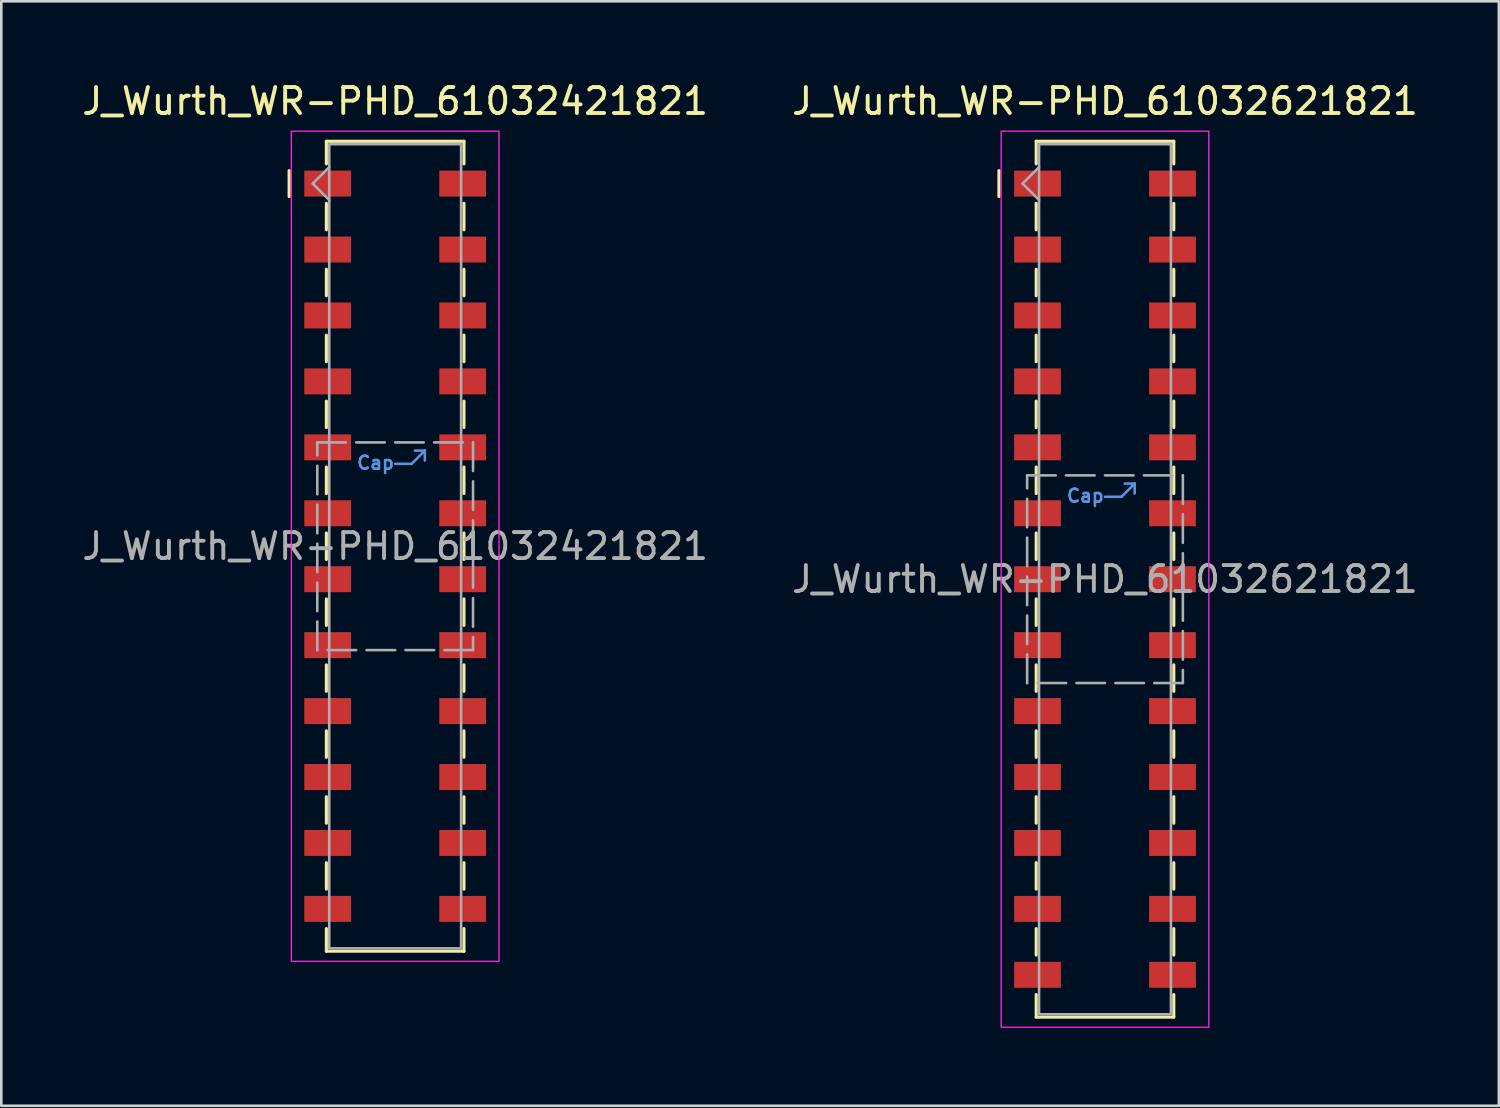
<source format=kicad_pcb>
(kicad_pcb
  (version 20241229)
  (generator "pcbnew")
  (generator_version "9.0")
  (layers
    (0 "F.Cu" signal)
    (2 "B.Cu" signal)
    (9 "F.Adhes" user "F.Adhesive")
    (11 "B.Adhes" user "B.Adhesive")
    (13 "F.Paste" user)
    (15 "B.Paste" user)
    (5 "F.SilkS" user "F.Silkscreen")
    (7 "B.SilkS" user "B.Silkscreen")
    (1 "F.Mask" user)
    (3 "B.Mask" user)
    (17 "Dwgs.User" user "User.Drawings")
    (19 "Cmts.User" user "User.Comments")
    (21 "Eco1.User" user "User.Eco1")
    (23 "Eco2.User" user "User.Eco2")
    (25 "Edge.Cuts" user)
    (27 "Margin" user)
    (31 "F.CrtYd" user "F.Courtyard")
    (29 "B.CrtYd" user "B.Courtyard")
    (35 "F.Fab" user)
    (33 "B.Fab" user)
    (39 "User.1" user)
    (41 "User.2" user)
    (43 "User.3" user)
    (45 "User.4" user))
  (footprint "J_Wurth_WR-PHD_61032621821"
    (layer "F.Cu")
    (at 39.518 19.263)
    (property "Reference" "J_Wurth_WR-PHD_61032621821" (at 0 -18.415 0) (unlocked yes) (layer "F.SilkS") (effects (font (size 1 1) (thickness 0.15))))
    (attr smd)
    (fp_line (start -4.085 -15.74) (end -4.085 -14.74) (stroke (width 0.12) (type solid)) (layer "F.SilkS"))
    (fp_line (start -2.65 -16.87) (end -2.65 -16) (stroke (width 0.12) (type solid)) (layer "F.SilkS"))
    (fp_line (start -2.65 -16.87) (end 2.65 -16.87) (stroke (width 0.12) (type solid)) (layer "F.SilkS"))
    (fp_line (start -2.65 -14.48) (end -2.65 -13.46) (stroke (width 0.12) (type solid)) (layer "F.SilkS"))
    (fp_line (start -2.65 -11.94) (end -2.65 -10.92) (stroke (width 0.12) (type solid)) (layer "F.SilkS"))
    (fp_line (start -2.65 -9.4) (end -2.65 -8.38) (stroke (width 0.12) (type solid)) (layer "F.SilkS"))
    (fp_line (start -2.65 -6.86) (end -2.65 -5.84) (stroke (width 0.12) (type solid)) (layer "F.SilkS"))
    (fp_line (start -2.65 -4.32) (end -2.65 -3.3) (stroke (width 0.12) (type solid)) (layer "F.SilkS"))
    (fp_line (start -2.65 -1.78) (end -2.65 -0.76) (stroke (width 0.12) (type solid)) (layer "F.SilkS"))
    (fp_line (start -2.65 0.76) (end -2.65 1.78) (stroke (width 0.12) (type solid)) (layer "F.SilkS"))
    (fp_line (start -2.65 3.3) (end -2.65 4.32) (stroke (width 0.12) (type solid)) (layer "F.SilkS"))
    (fp_line (start -2.65 5.84) (end -2.65 6.86) (stroke (width 0.12) (type solid)) (layer "F.SilkS"))
    (fp_line (start -2.65 8.38) (end -2.65 9.4) (stroke (width 0.12) (type solid)) (layer "F.SilkS"))
    (fp_line (start -2.65 10.92) (end -2.65 11.94) (stroke (width 0.12) (type solid)) (layer "F.SilkS"))
    (fp_line (start -2.65 13.46) (end -2.65 14.48) (stroke (width 0.12) (type solid)) (layer "F.SilkS"))
    (fp_line (start -2.65 16) (end -2.65 16.87) (stroke (width 0.12) (type solid)) (layer "F.SilkS"))
    (fp_line (start -2.65 16.87) (end 2.65 16.87) (stroke (width 0.12) (type solid)) (layer "F.SilkS"))
    (fp_line (start 2.65 -16.87) (end 2.65 -16) (stroke (width 0.12) (type solid)) (layer "F.SilkS"))
    (fp_line (start 2.65 -14.48) (end 2.65 -13.46) (stroke (width 0.12) (type solid)) (layer "F.SilkS"))
    (fp_line (start 2.65 -11.94) (end 2.65 -10.92) (stroke (width 0.12) (type solid)) (layer "F.SilkS"))
    (fp_line (start 2.65 -9.4) (end 2.65 -8.38) (stroke (width 0.12) (type solid)) (layer "F.SilkS"))
    (fp_line (start 2.65 -6.86) (end 2.65 -5.84) (stroke (width 0.12) (type solid)) (layer "F.SilkS"))
    (fp_line (start 2.65 -4.32) (end 2.65 -3.3) (stroke (width 0.12) (type solid)) (layer "F.SilkS"))
    (fp_line (start 2.65 -1.78) (end 2.65 -0.76) (stroke (width 0.12) (type solid)) (layer "F.SilkS"))
    (fp_line (start 2.65 0.76) (end 2.65 1.78) (stroke (width 0.12) (type solid)) (layer "F.SilkS"))
    (fp_line (start 2.65 3.3) (end 2.65 4.32) (stroke (width 0.12) (type solid)) (layer "F.SilkS"))
    (fp_line (start 2.65 5.84) (end 2.65 6.86) (stroke (width 0.12) (type solid)) (layer "F.SilkS"))
    (fp_line (start 2.65 8.38) (end 2.65 9.4) (stroke (width 0.12) (type solid)) (layer "F.SilkS"))
    (fp_line (start 2.65 10.92) (end 2.65 11.94) (stroke (width 0.12) (type solid)) (layer "F.SilkS"))
    (fp_line (start 2.65 13.46) (end 2.65 14.48) (stroke (width 0.12) (type solid)) (layer "F.SilkS"))
    (fp_line (start 2.65 16) (end 2.65 16.87) (stroke (width 0.12) (type solid)) (layer "F.SilkS"))
    (fp_line (start 0 -3.175) (end 0.635 -3.175) (stroke (width 0.1) (type default)) (layer "Cmts.User"))
    (fp_line (start 0.635 -3.175) (end 1.143 -3.683) (stroke (width 0.1) (type default)) (layer "Cmts.User"))
    (fp_line (start 1.143 -3.683) (end 0.762 -3.683) (stroke (width 0.1) (type default)) (layer "Cmts.User"))
    (fp_line (start 1.143 -3.683) (end 1.143 -3.302) (stroke (width 0.1) (type default)) (layer "Cmts.User"))
    (fp_rect (start 4 -17.26) (end -4 17.26) (stroke (width 0.05) (type solid)) (fill no) (layer "F.CrtYd"))
    (fp_line (start -3.175 -15.24) (end -2.54 -14.605) (stroke (width 0.1) (type default)) (layer "F.Fab"))
    (fp_line (start -2.54 -15.875) (end -3.175 -15.24) (stroke (width 0.1) (type default)) (layer "F.Fab"))
    (fp_rect (start -3 -4) (end 3 4) (stroke (width 0.1) (type dash)) (fill no) (layer "F.Fab"))
    (fp_rect (start 2.54 -16.76) (end -2.54 16.76) (stroke (width 0.1) (type solid)) (fill no) (layer "F.Fab"))
    (fp_text user "Cap" (at -1.524 -2.921 0) (unlocked yes) (layer "Cmts.User") (effects (font (size 0.5 0.5) (thickness 0.1) (bold yes)) (justify left bottom)))
    (fp_text user "${REFERENCE}" (at 0 0 0) (unlocked yes) (layer "F.Fab") (effects (font (size 1 1) (thickness 0.15))))
    (pad "1" smd rect (at -2.6 -15.24 90) (size 1 1.8) (layers "F.Cu" "F.Mask" "F.Paste"))
    (pad "2" smd rect (at 2.6 -15.24 90) (size 1 1.8) (layers "F.Cu" "F.Mask" "F.Paste"))
    (pad "3" smd rect (at -2.6 -12.7 90) (size 1 1.8) (layers "F.Cu" "F.Mask" "F.Paste"))
    (pad "4" smd rect (at 2.6 -12.7 90) (size 1 1.8) (layers "F.Cu" "F.Mask" "F.Paste"))
    (pad "5" smd rect (at -2.6 -10.16 90) (size 1 1.8) (layers "F.Cu" "F.Mask" "F.Paste"))
    (pad "6" smd rect (at 2.6 -10.16 90) (size 1 1.8) (layers "F.Cu" "F.Mask" "F.Paste"))
    (pad "7" smd rect (at -2.6 -7.62 90) (size 1 1.8) (layers "F.Cu" "F.Mask" "F.Paste"))
    (pad "8" smd rect (at 2.6 -7.62 90) (size 1 1.8) (layers "F.Cu" "F.Mask" "F.Paste"))
    (pad "9" smd rect (at -2.6 -5.08 90) (size 1 1.8) (layers "F.Cu" "F.Mask" "F.Paste"))
    (pad "10" smd rect (at 2.6 -5.08 90) (size 1 1.8) (layers "F.Cu" "F.Mask" "F.Paste"))
    (pad "11" smd rect (at -2.6 -2.54 90) (size 1 1.8) (layers "F.Cu" "F.Mask" "F.Paste"))
    (pad "12" smd rect (at 2.6 -2.54 90) (size 1 1.8) (layers "F.Cu" "F.Mask" "F.Paste"))
    (pad "13" smd rect (at -2.6 0 90) (size 1 1.8) (layers "F.Cu" "F.Mask" "F.Paste"))
    (pad "14" smd rect (at 2.6 0 90) (size 1 1.8) (layers "F.Cu" "F.Mask" "F.Paste"))
    (pad "15" smd rect (at -2.6 2.54 90) (size 1 1.8) (layers "F.Cu" "F.Mask" "F.Paste"))
    (pad "16" smd rect (at 2.6 2.54 90) (size 1 1.8) (layers "F.Cu" "F.Mask" "F.Paste"))
    (pad "17" smd rect (at -2.6 5.08 90) (size 1 1.8) (layers "F.Cu" "F.Mask" "F.Paste"))
    (pad "18" smd rect (at 2.6 5.08 90) (size 1 1.8) (layers "F.Cu" "F.Mask" "F.Paste"))
    (pad "19" smd rect (at -2.6 7.62 90) (size 1 1.8) (layers "F.Cu" "F.Mask" "F.Paste"))
    (pad "20" smd rect (at 2.6 7.62 90) (size 1 1.8) (layers "F.Cu" "F.Mask" "F.Paste"))
    (pad "21" smd rect (at -2.6 10.16 90) (size 1 1.8) (layers "F.Cu" "F.Mask" "F.Paste"))
    (pad "22" smd rect (at 2.6 10.16 90) (size 1 1.8) (layers "F.Cu" "F.Mask" "F.Paste"))
    (pad "23" smd rect (at -2.6 12.7 90) (size 1 1.8) (layers "F.Cu" "F.Mask" "F.Paste"))
    (pad "24" smd rect (at 2.6 12.7 90) (size 1 1.8) (layers "F.Cu" "F.Mask" "F.Paste"))
    (pad "25" smd rect (at -2.6 15.24 90) (size 1 1.8) (layers "F.Cu" "F.Mask" "F.Paste"))
    (pad "26" smd rect (at 2.6 15.24 90) (size 1 1.8) (layers "F.Cu" "F.Mask" "F.Paste")))
  (footprint "J_Wurth_WR-PHD_61032421821"
    (layer "F.Cu")
    (at 12.173 17.993)
    (property "Reference" "J_Wurth_WR-PHD_61032421821" (at 0 -17.145 0) (unlocked yes) (layer "F.SilkS") (effects (font (size 1 1) (thickness 0.15))))
    (attr smd)
    (fp_line (start -4.085 -14.47) (end -4.085 -13.47) (stroke (width 0.12) (type solid)) (layer "F.SilkS"))
    (fp_line (start -2.65 -15.6) (end -2.65 -14.73) (stroke (width 0.12) (type solid)) (layer "F.SilkS"))
    (fp_line (start -2.65 -15.6) (end 2.65 -15.6) (stroke (width 0.12) (type solid)) (layer "F.SilkS"))
    (fp_line (start -2.65 -13.21) (end -2.65 -12.19) (stroke (width 0.12) (type solid)) (layer "F.SilkS"))
    (fp_line (start -2.65 -10.67) (end -2.65 -9.65) (stroke (width 0.12) (type solid)) (layer "F.SilkS"))
    (fp_line (start -2.65 -8.13) (end -2.65 -7.11) (stroke (width 0.12) (type solid)) (layer "F.SilkS"))
    (fp_line (start -2.65 -5.59) (end -2.65 -4.57) (stroke (width 0.12) (type solid)) (layer "F.SilkS"))
    (fp_line (start -2.65 -3.05) (end -2.65 -2.03) (stroke (width 0.12) (type solid)) (layer "F.SilkS"))
    (fp_line (start -2.65 -0.51) (end -2.65 0.51) (stroke (width 0.12) (type solid)) (layer "F.SilkS"))
    (fp_line (start -2.65 2.03) (end -2.65 3.05) (stroke (width 0.12) (type solid)) (layer "F.SilkS"))
    (fp_line (start -2.65 4.57) (end -2.65 5.59) (stroke (width 0.12) (type solid)) (layer "F.SilkS"))
    (fp_line (start -2.65 7.11) (end -2.65 8.13) (stroke (width 0.12) (type solid)) (layer "F.SilkS"))
    (fp_line (start -2.65 9.65) (end -2.65 10.67) (stroke (width 0.12) (type solid)) (layer "F.SilkS"))
    (fp_line (start -2.65 12.19) (end -2.65 13.21) (stroke (width 0.12) (type solid)) (layer "F.SilkS"))
    (fp_line (start -2.65 14.73) (end -2.65 15.6) (stroke (width 0.12) (type solid)) (layer "F.SilkS"))
    (fp_line (start -2.65 15.6) (end 2.65 15.6) (stroke (width 0.12) (type solid)) (layer "F.SilkS"))
    (fp_line (start 2.65 -15.6) (end 2.65 -14.73) (stroke (width 0.12) (type solid)) (layer "F.SilkS"))
    (fp_line (start 2.65 -13.21) (end 2.65 -12.19) (stroke (width 0.12) (type solid)) (layer "F.SilkS"))
    (fp_line (start 2.65 -10.67) (end 2.65 -9.65) (stroke (width 0.12) (type solid)) (layer "F.SilkS"))
    (fp_line (start 2.65 -8.13) (end 2.65 -7.11) (stroke (width 0.12) (type solid)) (layer "F.SilkS"))
    (fp_line (start 2.65 -5.59) (end 2.65 -4.57) (stroke (width 0.12) (type solid)) (layer "F.SilkS"))
    (fp_line (start 2.65 -3.05) (end 2.65 -2.03) (stroke (width 0.12) (type solid)) (layer "F.SilkS"))
    (fp_line (start 2.65 -0.51) (end 2.65 0.51) (stroke (width 0.12) (type solid)) (layer "F.SilkS"))
    (fp_line (start 2.65 2.03) (end 2.65 3.05) (stroke (width 0.12) (type solid)) (layer "F.SilkS"))
    (fp_line (start 2.65 4.57) (end 2.65 5.59) (stroke (width 0.12) (type solid)) (layer "F.SilkS"))
    (fp_line (start 2.65 7.11) (end 2.65 8.13) (stroke (width 0.12) (type solid)) (layer "F.SilkS"))
    (fp_line (start 2.65 9.65) (end 2.65 10.67) (stroke (width 0.12) (type solid)) (layer "F.SilkS"))
    (fp_line (start 2.65 12.19) (end 2.65 13.21) (stroke (width 0.12) (type solid)) (layer "F.SilkS"))
    (fp_line (start 2.65 14.73) (end 2.65 15.6) (stroke (width 0.12) (type solid)) (layer "F.SilkS"))
    (fp_line (start 0 -3.175) (end 0.635 -3.175) (stroke (width 0.1) (type default)) (layer "Cmts.User"))
    (fp_line (start 0.635 -3.175) (end 1.143 -3.683) (stroke (width 0.1) (type default)) (layer "Cmts.User"))
    (fp_line (start 1.143 -3.683) (end 0.762 -3.683) (stroke (width 0.1) (type default)) (layer "Cmts.User"))
    (fp_line (start 1.143 -3.683) (end 1.143 -3.302) (stroke (width 0.1) (type default)) (layer "Cmts.User"))
    (fp_rect (start -4 -15.99) (end 4 15.99) (stroke (width 0.05) (type solid)) (fill no) (layer "F.CrtYd"))
    (fp_line (start -3.175 -13.97) (end -2.54 -13.335) (stroke (width 0.1) (type default)) (layer "F.Fab"))
    (fp_line (start -2.54 -14.605) (end -3.175 -13.97) (stroke (width 0.1) (type default)) (layer "F.Fab"))
    (fp_rect (start -3 -4) (end 3 4) (stroke (width 0.1) (type dash)) (fill no) (layer "F.Fab"))
    (fp_rect (start -2.54 -15.49) (end 2.54 15.49) (stroke (width 0.1) (type solid)) (fill no) (layer "F.Fab"))
    (fp_text user "Cap" (at -1.524 -2.921 0) (unlocked yes) (layer "Cmts.User") (effects (font (size 0.5 0.5) (thickness 0.1) (bold yes)) (justify left bottom)))
    (fp_text user "${REFERENCE}" (at 0 0 0) (unlocked yes) (layer "F.Fab") (effects (font (size 1 1) (thickness 0.15))))
    (pad "1" smd rect (at -2.6 -13.97 270) (size 1 1.8) (layers "F.Cu" "F.Mask" "F.Paste"))
    (pad "2" smd rect (at 2.6 -13.97 270) (size 1 1.8) (layers "F.Cu" "F.Mask" "F.Paste"))
    (pad "3" smd rect (at -2.6 -11.43 270) (size 1 1.8) (layers "F.Cu" "F.Mask" "F.Paste"))
    (pad "4" smd rect (at 2.6 -11.43 270) (size 1 1.8) (layers "F.Cu" "F.Mask" "F.Paste"))
    (pad "5" smd rect (at -2.6 -8.89 270) (size 1 1.8) (layers "F.Cu" "F.Mask" "F.Paste"))
    (pad "6" smd rect (at 2.6 -8.89 270) (size 1 1.8) (layers "F.Cu" "F.Mask" "F.Paste"))
    (pad "7" smd rect (at -2.6 -6.35 270) (size 1 1.8) (layers "F.Cu" "F.Mask" "F.Paste"))
    (pad "8" smd rect (at 2.6 -6.35 270) (size 1 1.8) (layers "F.Cu" "F.Mask" "F.Paste"))
    (pad "9" smd rect (at -2.6 -3.81 270) (size 1 1.8) (layers "F.Cu" "F.Mask" "F.Paste"))
    (pad "10" smd rect (at 2.6 -3.81 270) (size 1 1.8) (layers "F.Cu" "F.Mask" "F.Paste"))
    (pad "11" smd rect (at -2.6 -1.27 270) (size 1 1.8) (layers "F.Cu" "F.Mask" "F.Paste"))
    (pad "12" smd rect (at 2.6 -1.27 270) (size 1 1.8) (layers "F.Cu" "F.Mask" "F.Paste"))
    (pad "13" smd rect (at -2.6 1.27 270) (size 1 1.8) (layers "F.Cu" "F.Mask" "F.Paste"))
    (pad "14" smd rect (at 2.6 1.27 270) (size 1 1.8) (layers "F.Cu" "F.Mask" "F.Paste"))
    (pad "15" smd rect (at -2.6 3.81 270) (size 1 1.8) (layers "F.Cu" "F.Mask" "F.Paste"))
    (pad "16" smd rect (at 2.6 3.81 270) (size 1 1.8) (layers "F.Cu" "F.Mask" "F.Paste"))
    (pad "17" smd rect (at -2.6 6.35 270) (size 1 1.8) (layers "F.Cu" "F.Mask" "F.Paste"))
    (pad "18" smd rect (at 2.6 6.35 270) (size 1 1.8) (layers "F.Cu" "F.Mask" "F.Paste"))
    (pad "19" smd rect (at -2.6 8.89 270) (size 1 1.8) (layers "F.Cu" "F.Mask" "F.Paste"))
    (pad "20" smd rect (at 2.6 8.89 270) (size 1 1.8) (layers "F.Cu" "F.Mask" "F.Paste"))
    (pad "21" smd rect (at -2.6 11.43 270) (size 1 1.8) (layers "F.Cu" "F.Mask" "F.Paste"))
    (pad "22" smd rect (at 2.6 11.43 270) (size 1 1.8) (layers "F.Cu" "F.Mask" "F.Paste"))
    (pad "23" smd rect (at -2.6 13.97 270) (size 1 1.8) (layers "F.Cu" "F.Mask" "F.Paste"))
    (pad "24" smd rect (at 2.6 13.97 270) (size 1 1.8) (layers "F.Cu" "F.Mask" "F.Paste")))
  (gr_rect
    (start -3 -3)
    (end 54.69 39.548)
    (stroke (width 0.1) (type default))
    (fill no)
    (layer "Edge.Cuts")))
</source>
